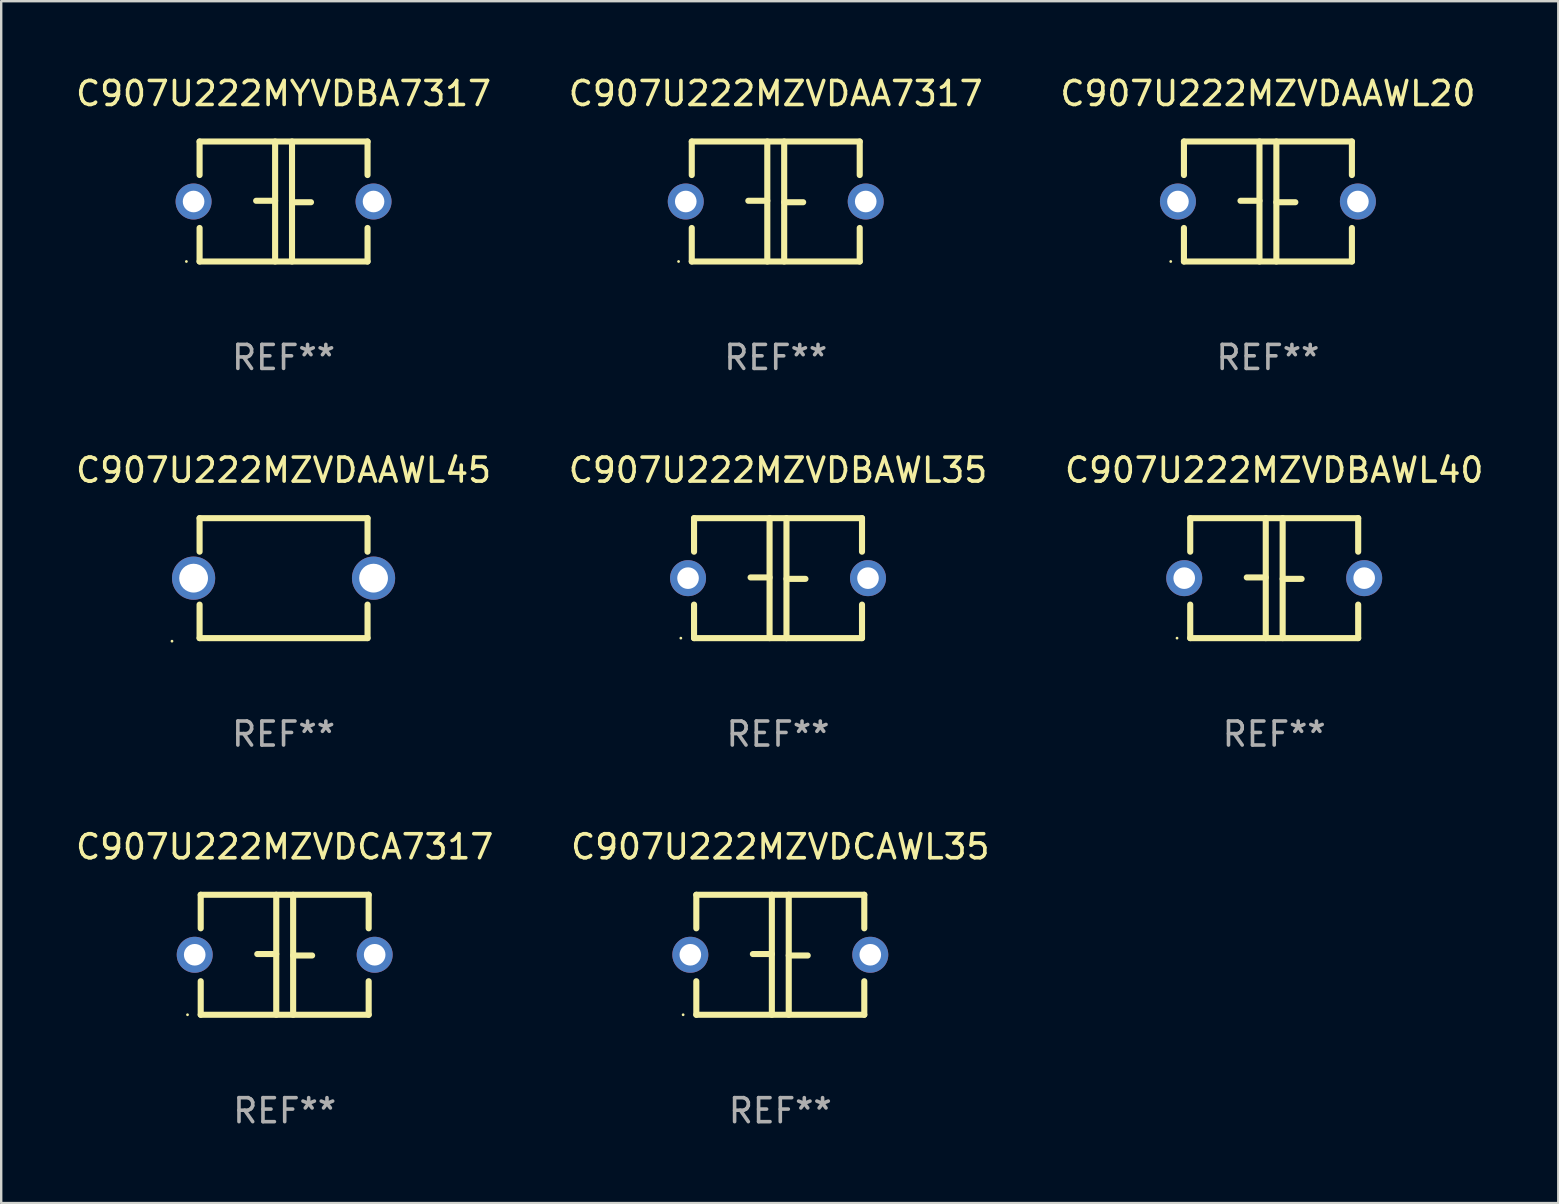
<source format=kicad_pcb>
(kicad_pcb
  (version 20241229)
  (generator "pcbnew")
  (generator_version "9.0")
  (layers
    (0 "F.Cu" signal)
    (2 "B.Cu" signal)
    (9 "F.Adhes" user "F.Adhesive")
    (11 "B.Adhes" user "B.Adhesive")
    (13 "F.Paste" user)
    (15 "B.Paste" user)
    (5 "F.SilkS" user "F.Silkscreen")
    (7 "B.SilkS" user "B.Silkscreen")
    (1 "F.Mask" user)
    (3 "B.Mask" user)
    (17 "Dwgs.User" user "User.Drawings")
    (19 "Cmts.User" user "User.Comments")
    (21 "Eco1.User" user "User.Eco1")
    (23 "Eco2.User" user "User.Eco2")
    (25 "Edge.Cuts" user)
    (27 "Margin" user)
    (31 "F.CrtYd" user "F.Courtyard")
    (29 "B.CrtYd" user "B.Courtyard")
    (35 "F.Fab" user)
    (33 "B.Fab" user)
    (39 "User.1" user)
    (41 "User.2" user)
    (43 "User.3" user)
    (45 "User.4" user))
  (footprint "C907U222MZVDAAWL20"
    (layer "F.Cu")
    (at 49.792 5.348)
    (property "Reference" "C907U222MZVDAAWL20" (at 0 -4.5 0) (layer "F.SilkS") (effects (font (size 1 1) (thickness 0.15))))
    (attr through_hole)
    (fp_line (start -3.5 -2.5) (end -3.5 -1.103) (stroke (width 0.254) (type solid)) (layer "F.SilkS"))
    (fp_line (start -3.5 -2.5) (end 3.5 -2.5) (stroke (width 0.254) (type solid)) (layer "F.SilkS"))
    (fp_line (start -3.5 1.103) (end -3.5 2.5) (stroke (width 0.254) (type solid)) (layer "F.SilkS"))
    (fp_line (start -0.352 -0.03) (end -1.143 -0.03) (stroke (width 0.254) (type solid)) (layer "F.SilkS"))
    (fp_line (start -0.352 2.5) (end -0.352 -2.5) (stroke (width 0.254) (type solid)) (layer "F.SilkS"))
    (fp_line (start 0.352 -2.5) (end 0.352 2.5) (stroke (width 0.254) (type solid)) (layer "F.SilkS"))
    (fp_line (start 0.352 0.03) (end 1.143 0.03) (stroke (width 0.254) (type solid)) (layer "F.SilkS"))
    (fp_line (start 3.5 -2.5) (end 3.5 -1.103) (stroke (width 0.254) (type solid)) (layer "F.SilkS"))
    (fp_line (start 3.5 1.103) (end 3.5 2.5) (stroke (width 0.254) (type solid)) (layer "F.SilkS"))
    (fp_line (start 3.5 2.5) (end -3.5 2.5) (stroke (width 0.254) (type solid)) (layer "F.SilkS"))
    (fp_circle (center -4.05 2.5) (end -4.02 2.5) (stroke (width 0.06) (type solid)) (fill no) (layer "F.SilkS"))
    (fp_text user "REF**" (at 0 6.5 0) (layer "F.Fab") (effects (font (size 1 1) (thickness 0.15))))
    (pad "1" thru_hole circle (at -3.75 0) (size 1.5 1.5) (drill 0.9) (layers "*.Cu" "*.Mask"))
    (pad "2" thru_hole circle (at 3.75 0) (size 1.5 1.5) (drill 0.9) (layers "*.Cu" "*.Mask")))
  (footprint "C907U222MZVDBAWL35"
    (layer "F.Cu")
    (at 29.375 21.045)
    (property "Reference" "C907U222MZVDBAWL35" (at 0 -4.5 0) (layer "F.SilkS") (effects (font (size 1 1) (thickness 0.15))))
    (attr through_hole)
    (fp_line (start -3.5 -2.5) (end -3.5 -1.103) (stroke (width 0.254) (type solid)) (layer "F.SilkS"))
    (fp_line (start -3.5 -2.5) (end 3.5 -2.5) (stroke (width 0.254) (type solid)) (layer "F.SilkS"))
    (fp_line (start -3.5 1.103) (end -3.5 2.5) (stroke (width 0.254) (type solid)) (layer "F.SilkS"))
    (fp_line (start -0.352 -0.03) (end -1.143 -0.03) (stroke (width 0.254) (type solid)) (layer "F.SilkS"))
    (fp_line (start -0.352 2.5) (end -0.352 -2.5) (stroke (width 0.254) (type solid)) (layer "F.SilkS"))
    (fp_line (start 0.352 -2.5) (end 0.352 2.5) (stroke (width 0.254) (type solid)) (layer "F.SilkS"))
    (fp_line (start 0.352 0.03) (end 1.143 0.03) (stroke (width 0.254) (type solid)) (layer "F.SilkS"))
    (fp_line (start 3.5 -2.5) (end 3.5 -1.103) (stroke (width 0.254) (type solid)) (layer "F.SilkS"))
    (fp_line (start 3.5 1.103) (end 3.5 2.5) (stroke (width 0.254) (type solid)) (layer "F.SilkS"))
    (fp_line (start 3.5 2.5) (end -3.5 2.5) (stroke (width 0.254) (type solid)) (layer "F.SilkS"))
    (fp_circle (center -4.05 2.5) (end -4.02 2.5) (stroke (width 0.06) (type solid)) (fill no) (layer "F.SilkS"))
    (fp_text user "REF**" (at 0 6.5 0) (layer "F.Fab") (effects (font (size 1 1) (thickness 0.15))))
    (pad "1" thru_hole circle (at -3.75 0) (size 1.5 1.5) (drill 0.9) (layers "*.Cu" "*.Mask"))
    (pad "2" thru_hole circle (at 3.75 0) (size 1.5 1.5) (drill 0.9) (layers "*.Cu" "*.Mask")))
  (footprint "C907U222MZVDAAWL45"
    (layer "F.Cu")
    (at 8.768 21.045)
    (property "Reference" "C907U222MZVDAAWL45" (at 0 -4.5 0) (layer "F.SilkS") (effects (font (size 1 1) (thickness 0.15))))
    (attr through_hole)
    (fp_line (start -3.5 -2.5) (end -3.5 -1.103) (stroke (width 0.254) (type solid)) (layer "F.SilkS"))
    (fp_line (start -3.5 -2.5) (end 3.5 -2.5) (stroke (width 0.254) (type solid)) (layer "F.SilkS"))
    (fp_line (start -3.5 1.103) (end -3.5 2.5) (stroke (width 0.254) (type solid)) (layer "F.SilkS"))
    (fp_line (start 3.5 -2.5) (end 3.5 -1.103) (stroke (width 0.254) (type solid)) (layer "F.SilkS"))
    (fp_line (start 3.5 1.103) (end 3.5 2.5) (stroke (width 0.254) (type solid)) (layer "F.SilkS"))
    (fp_line (start 3.5 2.5) (end -3.5 2.5) (stroke (width 0.254) (type solid)) (layer "F.SilkS"))
    (fp_circle (center -4.65 2.627) (end -4.62 2.627) (stroke (width 0.06) (type solid)) (fill no) (layer "F.SilkS"))
    (fp_text user "REF**" (at 0 6.5 0) (layer "F.Fab") (effects (font (size 1 1) (thickness 0.15))))
    (pad "1" thru_hole circle (at -3.75 0) (size 1.8 1.8) (drill 1.2) (layers "*.Cu" "*.Mask"))
    (pad "2" thru_hole circle (at 3.75 0) (size 1.8 1.8) (drill 1.2) (layers "*.Cu" "*.Mask")))
  (footprint "C907U222MZVDCA7317"
    (layer "F.Cu")
    (at 8.815 36.741)
    (property "Reference" "C907U222MZVDCA7317" (at 0 -4.5 0) (layer "F.SilkS") (effects (font (size 1 1) (thickness 0.15))))
    (attr through_hole)
    (fp_line (start -3.5 -2.5) (end -3.5 -1.103) (stroke (width 0.254) (type solid)) (layer "F.SilkS"))
    (fp_line (start -3.5 -2.5) (end 3.5 -2.5) (stroke (width 0.254) (type solid)) (layer "F.SilkS"))
    (fp_line (start -3.5 1.103) (end -3.5 2.5) (stroke (width 0.254) (type solid)) (layer "F.SilkS"))
    (fp_line (start -0.352 -0.03) (end -1.143 -0.03) (stroke (width 0.254) (type solid)) (layer "F.SilkS"))
    (fp_line (start -0.352 2.5) (end -0.352 -2.5) (stroke (width 0.254) (type solid)) (layer "F.SilkS"))
    (fp_line (start 0.352 -2.5) (end 0.352 2.5) (stroke (width 0.254) (type solid)) (layer "F.SilkS"))
    (fp_line (start 0.352 0.03) (end 1.143 0.03) (stroke (width 0.254) (type solid)) (layer "F.SilkS"))
    (fp_line (start 3.5 -2.5) (end 3.5 -1.103) (stroke (width 0.254) (type solid)) (layer "F.SilkS"))
    (fp_line (start 3.5 1.103) (end 3.5 2.5) (stroke (width 0.254) (type solid)) (layer "F.SilkS"))
    (fp_line (start 3.5 2.5) (end -3.5 2.5) (stroke (width 0.254) (type solid)) (layer "F.SilkS"))
    (fp_circle (center -4.05 2.5) (end -4.02 2.5) (stroke (width 0.06) (type solid)) (fill no) (layer "F.SilkS"))
    (fp_text user "REF**" (at 0 6.5 0) (layer "F.Fab") (effects (font (size 1 1) (thickness 0.15))))
    (pad "1" thru_hole circle (at -3.75 0) (size 1.5 1.5) (drill 0.9) (layers "*.Cu" "*.Mask"))
    (pad "2" thru_hole circle (at 3.75 0) (size 1.5 1.5) (drill 0.9) (layers "*.Cu" "*.Mask")))
  (footprint "C907U222MZVDCAWL35"
    (layer "F.Cu")
    (at 29.47 36.741)
    (property "Reference" "C907U222MZVDCAWL35" (at 0 -4.5 0) (layer "F.SilkS") (effects (font (size 1 1) (thickness 0.15))))
    (attr through_hole)
    (fp_line (start -3.5 -2.5) (end -3.5 -1.103) (stroke (width 0.254) (type solid)) (layer "F.SilkS"))
    (fp_line (start -3.5 -2.5) (end 3.5 -2.5) (stroke (width 0.254) (type solid)) (layer "F.SilkS"))
    (fp_line (start -3.5 1.103) (end -3.5 2.5) (stroke (width 0.254) (type solid)) (layer "F.SilkS"))
    (fp_line (start -0.352 -0.03) (end -1.143 -0.03) (stroke (width 0.254) (type solid)) (layer "F.SilkS"))
    (fp_line (start -0.352 2.5) (end -0.352 -2.5) (stroke (width 0.254) (type solid)) (layer "F.SilkS"))
    (fp_line (start 0.352 -2.5) (end 0.352 2.5) (stroke (width 0.254) (type solid)) (layer "F.SilkS"))
    (fp_line (start 0.352 0.03) (end 1.143 0.03) (stroke (width 0.254) (type solid)) (layer "F.SilkS"))
    (fp_line (start 3.5 -2.5) (end 3.5 -1.103) (stroke (width 0.254) (type solid)) (layer "F.SilkS"))
    (fp_line (start 3.5 1.103) (end 3.5 2.5) (stroke (width 0.254) (type solid)) (layer "F.SilkS"))
    (fp_line (start 3.5 2.5) (end -3.5 2.5) (stroke (width 0.254) (type solid)) (layer "F.SilkS"))
    (fp_circle (center -4.05 2.5) (end -4.02 2.5) (stroke (width 0.06) (type solid)) (fill no) (layer "F.SilkS"))
    (fp_text user "REF**" (at 0 6.5 0) (layer "F.Fab") (effects (font (size 1 1) (thickness 0.15))))
    (pad "1" thru_hole circle (at -3.75 0) (size 1.5 1.5) (drill 0.9) (layers "*.Cu" "*.Mask"))
    (pad "2" thru_hole circle (at 3.75 0) (size 1.5 1.5) (drill 0.9) (layers "*.Cu" "*.Mask")))
  (footprint "C907U222MZVDAA7317"
    (layer "F.Cu")
    (at 29.28 5.348)
    (property "Reference" "C907U222MZVDAA7317" (at 0 -4.5 0) (layer "F.SilkS") (effects (font (size 1 1) (thickness 0.15))))
    (attr through_hole)
    (fp_line (start -3.5 -2.5) (end -3.5 -1.103) (stroke (width 0.254) (type solid)) (layer "F.SilkS"))
    (fp_line (start -3.5 -2.5) (end 3.5 -2.5) (stroke (width 0.254) (type solid)) (layer "F.SilkS"))
    (fp_line (start -3.5 1.103) (end -3.5 2.5) (stroke (width 0.254) (type solid)) (layer "F.SilkS"))
    (fp_line (start -0.352 -0.03) (end -1.143 -0.03) (stroke (width 0.254) (type solid)) (layer "F.SilkS"))
    (fp_line (start -0.352 2.5) (end -0.352 -2.5) (stroke (width 0.254) (type solid)) (layer "F.SilkS"))
    (fp_line (start 0.352 -2.5) (end 0.352 2.5) (stroke (width 0.254) (type solid)) (layer "F.SilkS"))
    (fp_line (start 0.352 0.03) (end 1.143 0.03) (stroke (width 0.254) (type solid)) (layer "F.SilkS"))
    (fp_line (start 3.5 -2.5) (end 3.5 -1.103) (stroke (width 0.254) (type solid)) (layer "F.SilkS"))
    (fp_line (start 3.5 1.103) (end 3.5 2.5) (stroke (width 0.254) (type solid)) (layer "F.SilkS"))
    (fp_line (start 3.5 2.5) (end -3.5 2.5) (stroke (width 0.254) (type solid)) (layer "F.SilkS"))
    (fp_circle (center -4.05 2.5) (end -4.02 2.5) (stroke (width 0.06) (type solid)) (fill no) (layer "F.SilkS"))
    (fp_text user "REF**" (at 0 6.5 0) (layer "F.Fab") (effects (font (size 1 1) (thickness 0.15))))
    (pad "1" thru_hole circle (at -3.75 0) (size 1.5 1.5) (drill 0.9) (layers "*.Cu" "*.Mask"))
    (pad "2" thru_hole circle (at 3.75 0) (size 1.5 1.5) (drill 0.9) (layers "*.Cu" "*.Mask")))
  (footprint "C907U222MZVDBAWL40"
    (layer "F.Cu")
    (at 50.054 21.045)
    (property "Reference" "C907U222MZVDBAWL40" (at 0 -4.5 0) (layer "F.SilkS") (effects (font (size 1 1) (thickness 0.15))))
    (attr through_hole)
    (fp_line (start -3.5 -2.5) (end -3.5 -1.103) (stroke (width 0.254) (type solid)) (layer "F.SilkS"))
    (fp_line (start -3.5 -2.5) (end 3.5 -2.5) (stroke (width 0.254) (type solid)) (layer "F.SilkS"))
    (fp_line (start -3.5 1.103) (end -3.5 2.5) (stroke (width 0.254) (type solid)) (layer "F.SilkS"))
    (fp_line (start -0.352 -0.03) (end -1.143 -0.03) (stroke (width 0.254) (type solid)) (layer "F.SilkS"))
    (fp_line (start -0.352 2.5) (end -0.352 -2.5) (stroke (width 0.254) (type solid)) (layer "F.SilkS"))
    (fp_line (start 0.352 -2.5) (end 0.352 2.5) (stroke (width 0.254) (type solid)) (layer "F.SilkS"))
    (fp_line (start 0.352 0.03) (end 1.143 0.03) (stroke (width 0.254) (type solid)) (layer "F.SilkS"))
    (fp_line (start 3.5 -2.5) (end 3.5 -1.103) (stroke (width 0.254) (type solid)) (layer "F.SilkS"))
    (fp_line (start 3.5 1.103) (end 3.5 2.5) (stroke (width 0.254) (type solid)) (layer "F.SilkS"))
    (fp_line (start 3.5 2.5) (end -3.5 2.5) (stroke (width 0.254) (type solid)) (layer "F.SilkS"))
    (fp_circle (center -4.05 2.5) (end -4.02 2.5) (stroke (width 0.06) (type solid)) (fill no) (layer "F.SilkS"))
    (fp_text user "REF**" (at 0 6.5 0) (layer "F.Fab") (effects (font (size 1 1) (thickness 0.15))))
    (pad "1" thru_hole circle (at -3.75 0) (size 1.5 1.5) (drill 0.9) (layers "*.Cu" "*.Mask"))
    (pad "2" thru_hole circle (at 3.75 0) (size 1.5 1.5) (drill 0.9) (layers "*.Cu" "*.Mask")))
  (footprint "C907U222MYVDBA7317"
    (layer "F.Cu")
    (at 8.768 5.348)
    (property "Reference" "C907U222MYVDBA7317" (at 0 -4.5 0) (layer "F.SilkS") (effects (font (size 1 1) (thickness 0.15))))
    (attr through_hole)
    (fp_line (start -3.5 -2.5) (end -3.5 -1.103) (stroke (width 0.254) (type solid)) (layer "F.SilkS"))
    (fp_line (start -3.5 -2.5) (end 3.5 -2.5) (stroke (width 0.254) (type solid)) (layer "F.SilkS"))
    (fp_line (start -3.5 1.103) (end -3.5 2.5) (stroke (width 0.254) (type solid)) (layer "F.SilkS"))
    (fp_line (start -0.352 -0.03) (end -1.143 -0.03) (stroke (width 0.254) (type solid)) (layer "F.SilkS"))
    (fp_line (start -0.352 2.5) (end -0.352 -2.5) (stroke (width 0.254) (type solid)) (layer "F.SilkS"))
    (fp_line (start 0.352 -2.5) (end 0.352 2.5) (stroke (width 0.254) (type solid)) (layer "F.SilkS"))
    (fp_line (start 0.352 0.03) (end 1.143 0.03) (stroke (width 0.254) (type solid)) (layer "F.SilkS"))
    (fp_line (start 3.5 -2.5) (end 3.5 -1.103) (stroke (width 0.254) (type solid)) (layer "F.SilkS"))
    (fp_line (start 3.5 1.103) (end 3.5 2.5) (stroke (width 0.254) (type solid)) (layer "F.SilkS"))
    (fp_line (start 3.5 2.5) (end -3.5 2.5) (stroke (width 0.254) (type solid)) (layer "F.SilkS"))
    (fp_circle (center -4.05 2.5) (end -4.02 2.5) (stroke (width 0.06) (type solid)) (fill no) (layer "F.SilkS"))
    (fp_text user "REF**" (at 0 6.5 0) (layer "F.Fab") (effects (font (size 1 1) (thickness 0.15))))
    (pad "1" thru_hole circle (at -3.75 0) (size 1.5 1.5) (drill 0.9) (layers "*.Cu" "*.Mask"))
    (pad "2" thru_hole circle (at 3.75 0) (size 1.5 1.5) (drill 0.9) (layers "*.Cu" "*.Mask")))
  (gr_rect
    (start -3 -3)
    (end 61.893 47.09)
    (stroke (width 0.1) (type default))
    (fill no)
    (layer "Edge.Cuts")))
</source>
